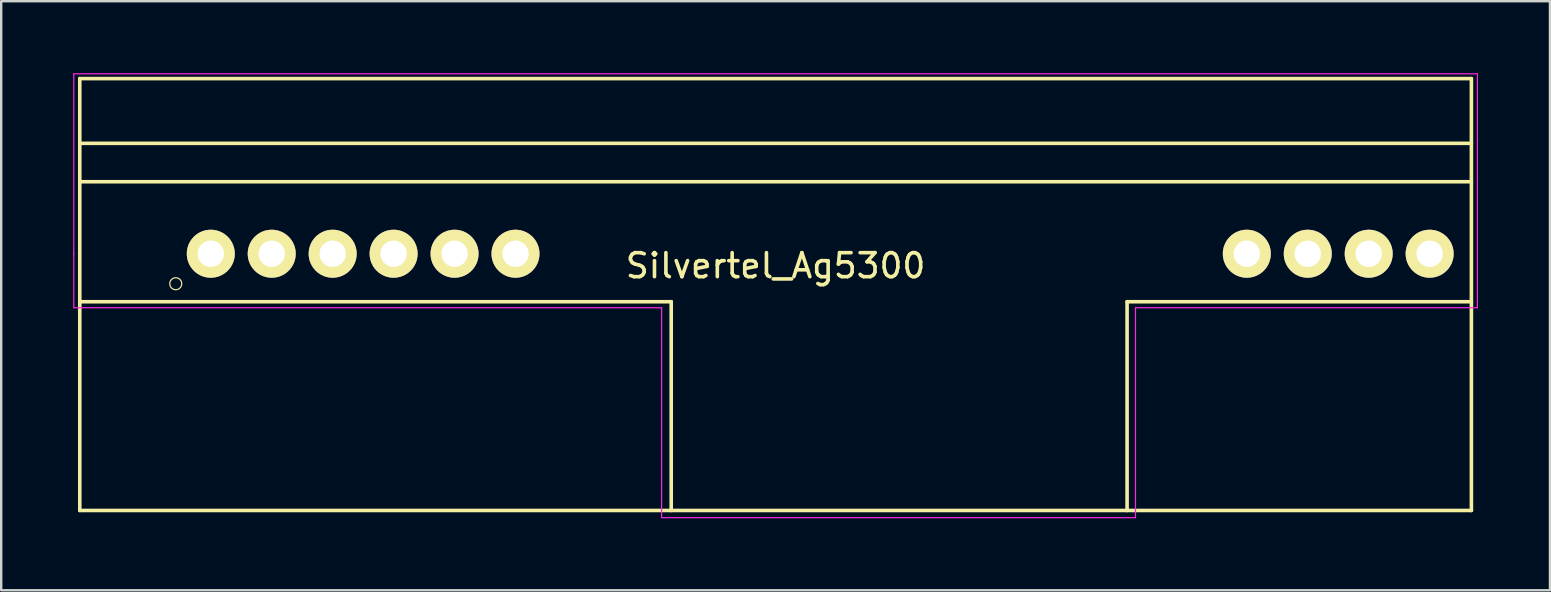
<source format=kicad_pcb>
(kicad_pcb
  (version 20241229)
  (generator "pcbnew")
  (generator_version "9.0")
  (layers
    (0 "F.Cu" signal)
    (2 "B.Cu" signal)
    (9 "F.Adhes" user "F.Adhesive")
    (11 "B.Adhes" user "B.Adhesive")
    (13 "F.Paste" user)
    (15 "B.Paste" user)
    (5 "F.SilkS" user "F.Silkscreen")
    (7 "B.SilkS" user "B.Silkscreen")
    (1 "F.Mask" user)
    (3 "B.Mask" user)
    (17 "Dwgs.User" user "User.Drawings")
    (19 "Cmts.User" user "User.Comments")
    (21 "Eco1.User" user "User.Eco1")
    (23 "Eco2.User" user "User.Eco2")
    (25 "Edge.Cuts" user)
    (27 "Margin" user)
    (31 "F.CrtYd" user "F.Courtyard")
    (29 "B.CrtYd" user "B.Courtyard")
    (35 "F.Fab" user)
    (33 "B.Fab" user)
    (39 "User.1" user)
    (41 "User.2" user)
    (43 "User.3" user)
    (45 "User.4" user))
  (footprint "Silvertel_Ag5300"
    (layer "F.Cu")
    (at 29.275 7.525)
    (property "Reference" "Silvertel_Ag5300" (at 0 0.5 0) (layer "F.SilkS") (effects (font (size 1 1) (thickness 0.15))))
    (attr through_hole)
    (fp_line (start -29 -7.3) (end 29 -7.3) (stroke (width 0.15) (type solid)) (layer "F.SilkS"))
    (fp_line (start -29 -4.6) (end 29 -4.6) (stroke (width 0.15) (type solid)) (layer "F.SilkS"))
    (fp_line (start -29 -3) (end 29 -3) (stroke (width 0.15) (type solid)) (layer "F.SilkS"))
    (fp_line (start -29 2) (end -4.35 2) (stroke (width 0.15) (type solid)) (layer "F.SilkS"))
    (fp_line (start -29 10.7) (end -29 -7.3) (stroke (width 0.15) (type solid)) (layer "F.SilkS"))
    (fp_line (start -4.35 2) (end -4.35 10.7) (stroke (width 0.15) (type solid)) (layer "F.SilkS"))
    (fp_line (start 14.65 2) (end 14.65 10.7) (stroke (width 0.15) (type solid)) (layer "F.SilkS"))
    (fp_line (start 14.65 2) (end 29 2) (stroke (width 0.15) (type solid)) (layer "F.SilkS"))
    (fp_line (start 29 -7.3) (end 29 10.7) (stroke (width 0.15) (type solid)) (layer "F.SilkS"))
    (fp_line (start 29 10.7) (end -29 10.7) (stroke (width 0.15) (type solid)) (layer "F.SilkS"))
    (fp_circle (center -25 1.25) (end -24.75 1.25) (stroke (width 0.05) (type solid)) (fill no) (layer "F.SilkS"))
    (fp_line (start -29.25 -7.5) (end 29.25 -7.5) (stroke (width 0.05) (type solid)) (layer "F.CrtYd"))
    (fp_line (start -29.25 0) (end -29.25 -7.5) (stroke (width 0.05) (type solid)) (layer "F.CrtYd"))
    (fp_line (start -29.25 2.25) (end -29.25 0) (stroke (width 0.05) (type solid)) (layer "F.CrtYd"))
    (fp_line (start -4.75 2.25) (end -29.25 2.25) (stroke (width 0.05) (type solid)) (layer "F.CrtYd"))
    (fp_line (start -4.75 11) (end -4.75 2.25) (stroke (width 0.05) (type solid)) (layer "F.CrtYd"))
    (fp_line (start 15 2.25) (end 15 11) (stroke (width 0.05) (type solid)) (layer "F.CrtYd"))
    (fp_line (start 15 11) (end -4.75 11) (stroke (width 0.05) (type solid)) (layer "F.CrtYd"))
    (fp_line (start 29.25 -7.5) (end 29.25 2.25) (stroke (width 0.05) (type solid)) (layer "F.CrtYd"))
    (fp_line (start 29.25 2.25) (end 15 2.25) (stroke (width 0.05) (type solid)) (layer "F.CrtYd"))
    (pad "1" thru_hole circle (at -23.54 0) (size 2 2) (drill 1.1) (layers "*.Cu" "*.Mask" "F.SilkS"))
    (pad "2" thru_hole circle (at -21 0) (size 2 2) (drill 1.1) (layers "*.Cu" "*.Mask" "F.SilkS"))
    (pad "3" thru_hole circle (at -18.46 0) (size 2 2) (drill 1.1) (layers "*.Cu" "*.Mask" "F.SilkS"))
    (pad "4" thru_hole circle (at -15.92 0) (size 2 2) (drill 1.1) (layers "*.Cu" "*.Mask" "F.SilkS"))
    (pad "5" thru_hole circle (at -13.38 0) (size 2 2) (drill 1.1) (layers "*.Cu" "*.Mask" "F.SilkS"))
    (pad "6" thru_hole circle (at -10.84 0) (size 2 2) (drill 1.1) (layers "*.Cu" "*.Mask" "F.SilkS"))
    (pad "7" thru_hole circle (at 19.64 0) (size 2 2) (drill 1.1) (layers "*.Cu" "*.Mask" "F.SilkS"))
    (pad "8" thru_hole circle (at 22.18 0) (size 2 2) (drill 1.1) (layers "*.Cu" "*.Mask" "F.SilkS"))
    (pad "9" thru_hole circle (at 24.72 0) (size 2 2) (drill 1.1) (layers "*.Cu" "*.Mask" "F.SilkS"))
    (pad "10" thru_hole circle (at 27.26 0) (size 2 2) (drill 1.1) (layers "*.Cu" "*.Mask" "F.SilkS")))
  (gr_rect
    (start -3 -3)
    (end 61.55 21.55)
    (stroke (width 0.1) (type default))
    (fill no)
    (layer "Edge.Cuts")))
</source>
